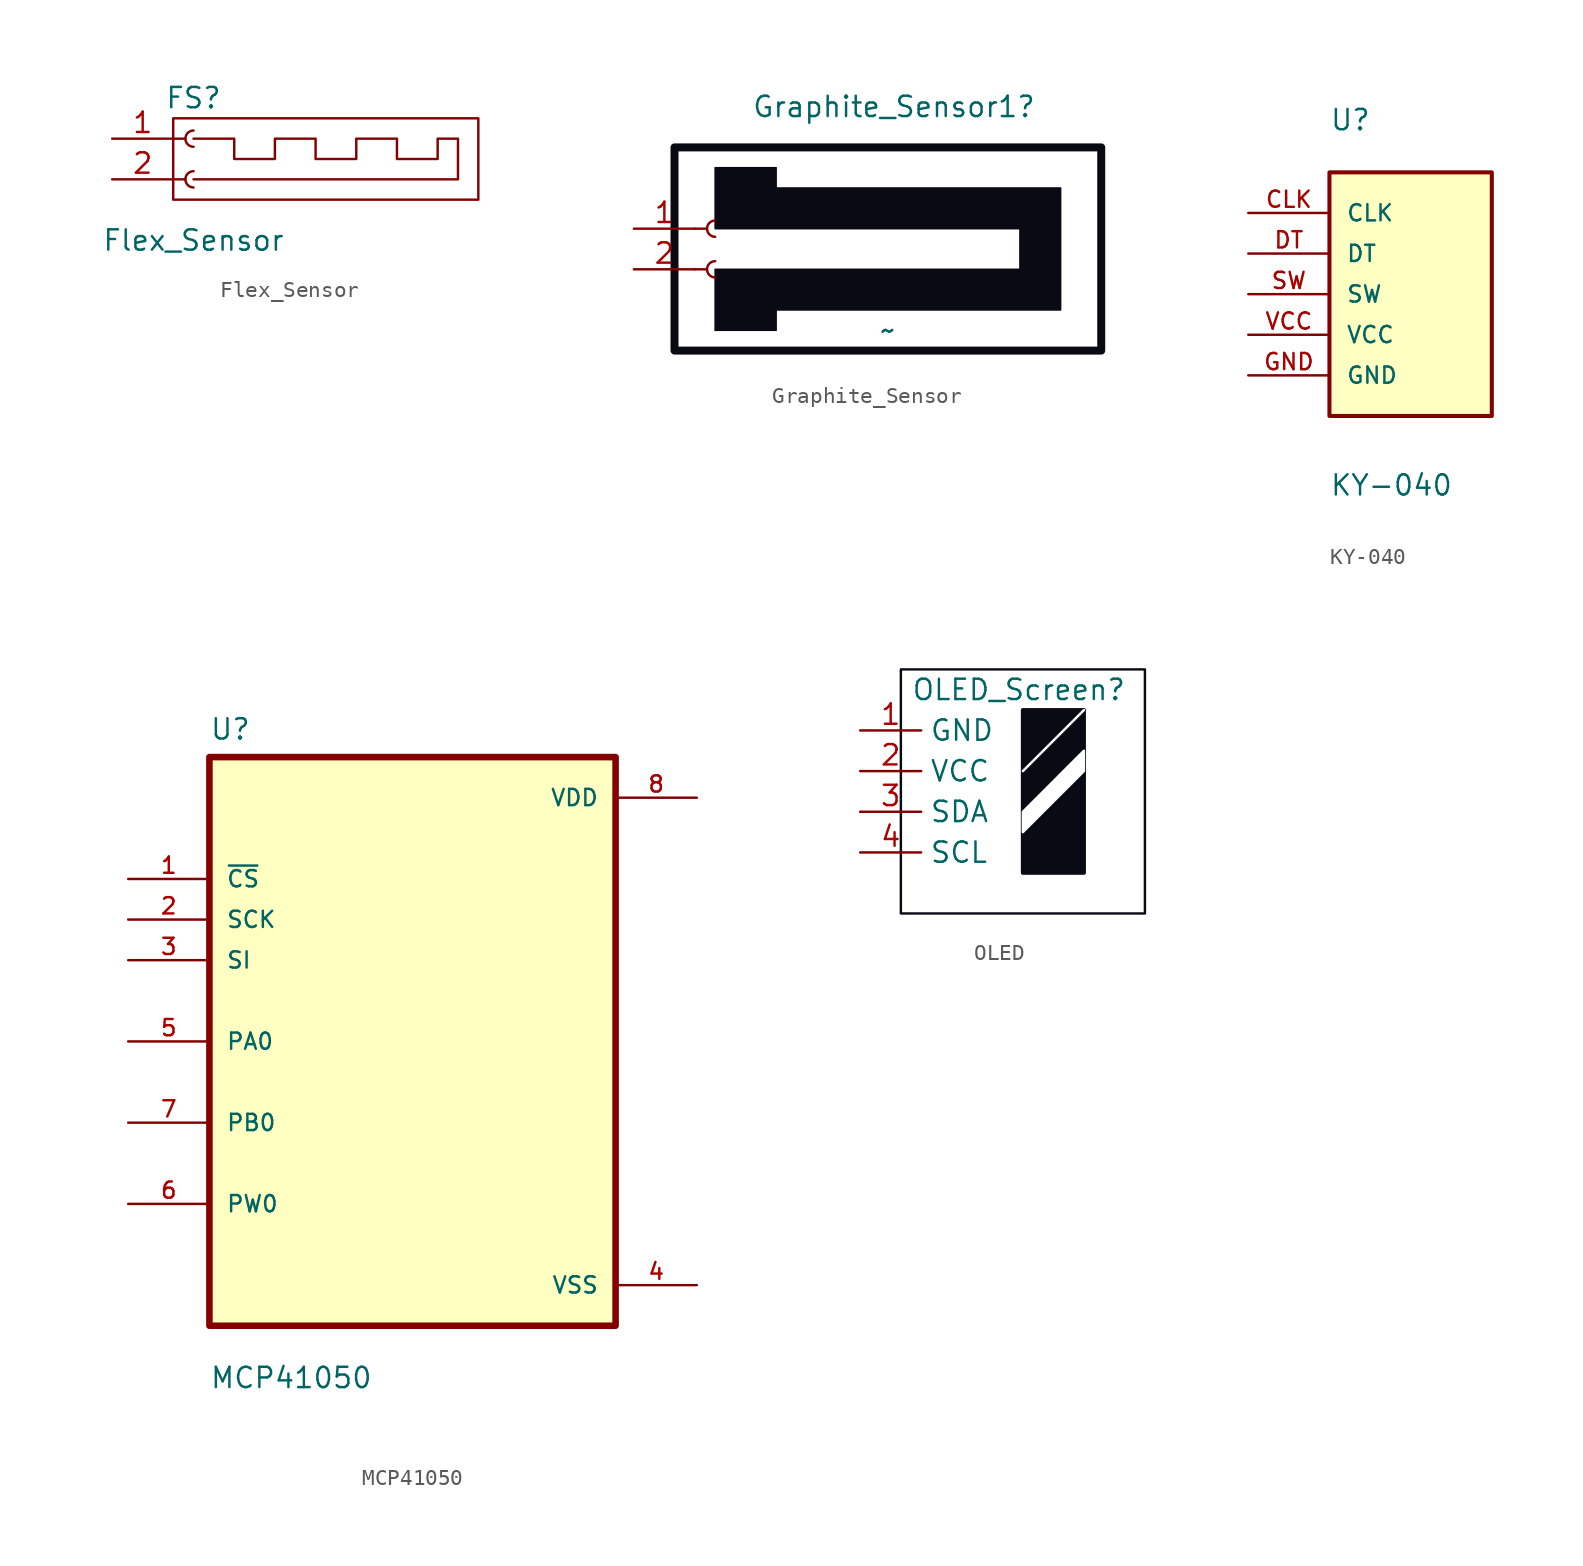
<source format=kicad_sym>
(kicad_symbol_lib
  (version 20241209)
  (generator "kicad_symbol_editor")
  (generator_version "9.0")
  (symbol "Flex_Sensor"
    (pin_names
      (offset 1.016)
      (hide yes))
    (property "Reference" "FS"
      (at 0 2.54 0)
      (effects (font (size 1.27 1.27))))
    (property "Value" "Flex_Sensor"
      (at 0 -6.35 0)
      (effects (font (size 1.27 1.27))))
    (property "ki_locked" ""
      (at 0 0 0)
      (effects (font (size 1.27 1.27))))
    (symbol "Flex_Sensor_1_1"
      (rectangle (start -1.27 1.27) (end 17.78 -3.81) (stroke (width 0) (type default)) (fill (type none)))
      (polyline (pts (xy -1.27 0) (xy -0.508 0)) (stroke (width 0.152) (type default)) (fill (type none)))
      (polyline (pts (xy -1.27 -2.54) (xy -0.508 -2.54)) (stroke (width 0.152) (type default)) (fill (type none)))
      (polyline (pts (xy 0 0) (xy 2.54 0) (xy 2.54 -1.27) (xy 5.08 -1.27) (xy 5.08 0) (xy 7.62 0) (xy 7.62 -1.27) (xy 10.16 -1.27) (xy 10.16 0) (xy 12.7 0) (xy 12.7 -1.27) (xy 15.24 -1.27) (xy 15.24 0) (xy 16.51 0) (xy 16.51 -2.54) (xy 0 -2.54)) (stroke (width 0) (type default)) (fill (type none)))
      (arc (start 0 -0.508) (mid -0.5058 0) (end 0 0.508) (stroke (width 0.1524) (type default)) (fill (type none)))
      (arc (start 0 -3.048) (mid -0.5058 -2.54) (end 0 -2.032) (stroke (width 0.1524) (type default)) (fill (type none)))
      (pin passive line (at -5.08 0 0) (length 3.81) (name "VCC" (effects (font (size 1.27 1.27)))) (number "1" (effects (font (size 1.27 1.27)))))
      (pin passive line (at -5.08 -2.54 0) (length 3.81) (name "GND" (effects (font (size 1.27 1.27)))) (number "2" (effects (font (size 1.27 1.27)))))))
  (symbol "Graphite_Sensor"
    (pin_names
      (offset 1.016)
      (hide yes))
    (property "Reference" "Graphite_Sensor1"
      (at 11.176 7.62 0)
      (effects (font (size 1.27 1.27))))
    (property "Value" "~"
      (at 10.795 -6.35 0)
      (effects (font (size 1.27 1.27))))
    (property "ki_locked" ""
      (at 0 0 0)
      (effects (font (size 1.27 1.27))))
    (symbol "Graphite_Sensor_1_1"
      (rectangle (start -2.54 5.08) (end 24.13 -7.62) (stroke (width 0.5) (type default) (color 10 10 20 1)) (fill (type none)))
      (polyline (pts (xy -1.27 0) (xy -0.508 0)) (stroke (width 0.152) (type default)) (fill (type none)))
      (polyline (pts (xy -1.27 -2.54) (xy -0.508 -2.54)) (stroke (width 0.152) (type default)) (fill (type none)))
      (polyline (pts (xy 0 3.81) (xy 3.81 3.81) (xy 3.81 2.54) (xy 21.59 2.54) (xy 21.59 -5.08) (xy 3.81 -5.08) (xy 3.81 -6.35) (xy 0 -6.35) (xy 0 -2.54) (xy 19.05 -2.54) (xy 19.05 0) (xy 3.81 0) (xy 0 0) (xy 0 3.81)) (stroke (width 0.1) (type solid) (color 10 10 20 1)) (fill (type color) (color 10 10 20 1)))
      (arc (start 0 -0.508) (mid -0.5058 0) (end 0 0.508) (stroke (width 0.1524) (type default)) (fill (type none)))
      (arc (start 0 -3.048) (mid -0.5058 -2.54) (end 0 -2.032) (stroke (width 0.1524) (type default)) (fill (type none)))
      (pin passive line (at -5.08 0 0) (length 3.81) (name "VCC" (effects (font (size 1.27 1.27)))) (number "1" (effects (font (size 1.27 1.27)))))
      (pin passive line (at -5.08 -2.54 0) (length 3.81) (name "OutPut" (effects (font (size 1.27 1.27)))) (number "2" (effects (font (size 1.27 1.27)))))))
  (symbol "KY-040"
    (pin_names
      (offset 1.016))
    (property "Reference" "U"
      (at -5.08 10.16 0)
      (effects (font (size 1.27 1.27)) (justify left bottom)))
    (property "Value" "KY-040"
      (at -5.08 -12.7 0)
      (effects (font (size 1.27 1.27)) (justify left bottom)))
    (symbol "KY-040_0_0"
      (rectangle (start -5.08 -7.62) (end 5.08 7.62) (stroke (width 0.254) (type default)) (fill (type background)))
      (pin output line (at -10.16 5.08 0) (length 5.08) (name "CLK" (effects (font (size 1.016 1.016)))) (number "CLK" (effects (font (size 1.016 1.016)))))
      (pin output line (at -10.16 2.54 0) (length 5.08) (name "DT" (effects (font (size 1.016 1.016)))) (number "DT" (effects (font (size 1.016 1.016)))))
      (pin output line (at -10.16 0 0) (length 5.08) (name "SW" (effects (font (size 1.016 1.016)))) (number "SW" (effects (font (size 1.016 1.016)))))
      (pin power_in line (at -10.16 -2.54 0) (length 5.08) (name "VCC" (effects (font (size 1.016 1.016)))) (number "VCC" (effects (font (size 1.016 1.016)))))
      (pin power_in line (at -10.16 -5.08 0) (length 5.08) (name "GND" (effects (font (size 1.016 1.016)))) (number "GND" (effects (font (size 1.016 1.016)))))))
  (symbol "MCP41050"
    (pin_names
      (offset 1.016))
    (property "Reference" "U"
      (at -12.7 18.78 0)
      (effects (font (size 1.27 1.27)) (justify left bottom)))
    (property "Value" "MCP41050"
      (at -12.7 -21.78 0)
      (effects (font (size 1.27 1.27)) (justify left bottom)))
    (symbol "MCP41050_0_0"
      (rectangle (start -12.7 17.78) (end 12.7 -17.78) (stroke (width 0.41) (type default)) (fill (type background)))
      (pin input line (at -17.78 10.16 0) (length 5.08) (name "~{CS}" (effects (font (size 1.016 1.016)))) (number "1" (effects (font (size 1.016 1.016)))))
      (pin input line (at -17.78 7.62 0) (length 5.08) (name "SCK" (effects (font (size 1.016 1.016)))) (number "2" (effects (font (size 1.016 1.016)))))
      (pin input line (at -17.78 5.08 0) (length 5.08) (name "SI" (effects (font (size 1.016 1.016)))) (number "3" (effects (font (size 1.016 1.016)))))
      (pin bidirectional line (at -17.78 0 0) (length 5.08) (name "PA0" (effects (font (size 1.016 1.016)))) (number "5" (effects (font (size 1.016 1.016)))))
      (pin bidirectional line (at -17.78 -5.08 0) (length 5.08) (name "PB0" (effects (font (size 1.016 1.016)))) (number "7" (effects (font (size 1.016 1.016)))))
      (pin bidirectional line (at -17.78 -10.16 0) (length 5.08) (name "PW0" (effects (font (size 1.016 1.016)))) (number "6" (effects (font (size 1.016 1.016)))))
      (pin power_in line (at 17.78 15.24 180) (length 5.08) (name "VDD" (effects (font (size 1.016 1.016)))) (number "8" (effects (font (size 1.016 1.016)))))
      (pin power_in line (at 17.78 -15.24 180) (length 5.08) (name "VSS" (effects (font (size 1.016 1.016)))) (number "4" (effects (font (size 1.016 1.016)))))))
  (symbol "OLED"
    (property "Reference" "OLED_Screen"
      (at 4.826 5.08 0)
      (effects (font (size 1.27 1.27))))
    (property "Value" ""
      (at 0 0 0)
      (effects (font (size 1.27 1.27))))
    (symbol "OLED_1_1"
      (rectangle (start -2.54 6.35) (end 12.7 -8.89) (stroke (width 0) (type solid) (color 10 10 20 1)) (fill (type none)))
      (rectangle (start 5.08 3.81) (end 8.89 -6.35) (stroke (width 0.254) (type solid) (color 10 10 20 1)) (fill (type outline)))
      (polyline (pts (xy 5.08 0) (xy 8.89 3.81)) (stroke (width 0) (type solid) (color 255 255 255 1)) (fill (type none)))
      (polyline (pts (xy 5.08 -2.54) (xy 8.89 1.27) (xy 8.89 0) (xy 5.08 -3.81) (xy 5.08 -2.54)) (stroke (width 0) (type solid) (color 255 255 255 1)) (fill (type outline)))
      (pin input line (at -5.08 2.54 0) (length 3.81) (name "GND" (effects (font (size 1.27 1.27)))) (number "1" (effects (font (size 1.27 1.27)))))
      (pin input line (at -5.08 0 0) (length 3.81) (name "VCC" (effects (font (size 1.27 1.27)))) (number "2" (effects (font (size 1.27 1.27)))))
      (pin bidirectional line (at -5.08 -2.54 0) (length 3.81) (name "SDA" (effects (font (size 1.27 1.27)))) (number "3" (effects (font (size 1.27 1.27)))))
      (pin input line (at -5.08 -5.08 0) (length 3.81) (name "SCL" (effects (font (size 1.27 1.27)))) (number "4" (effects (font (size 1.27 1.27))))))))
</source>
